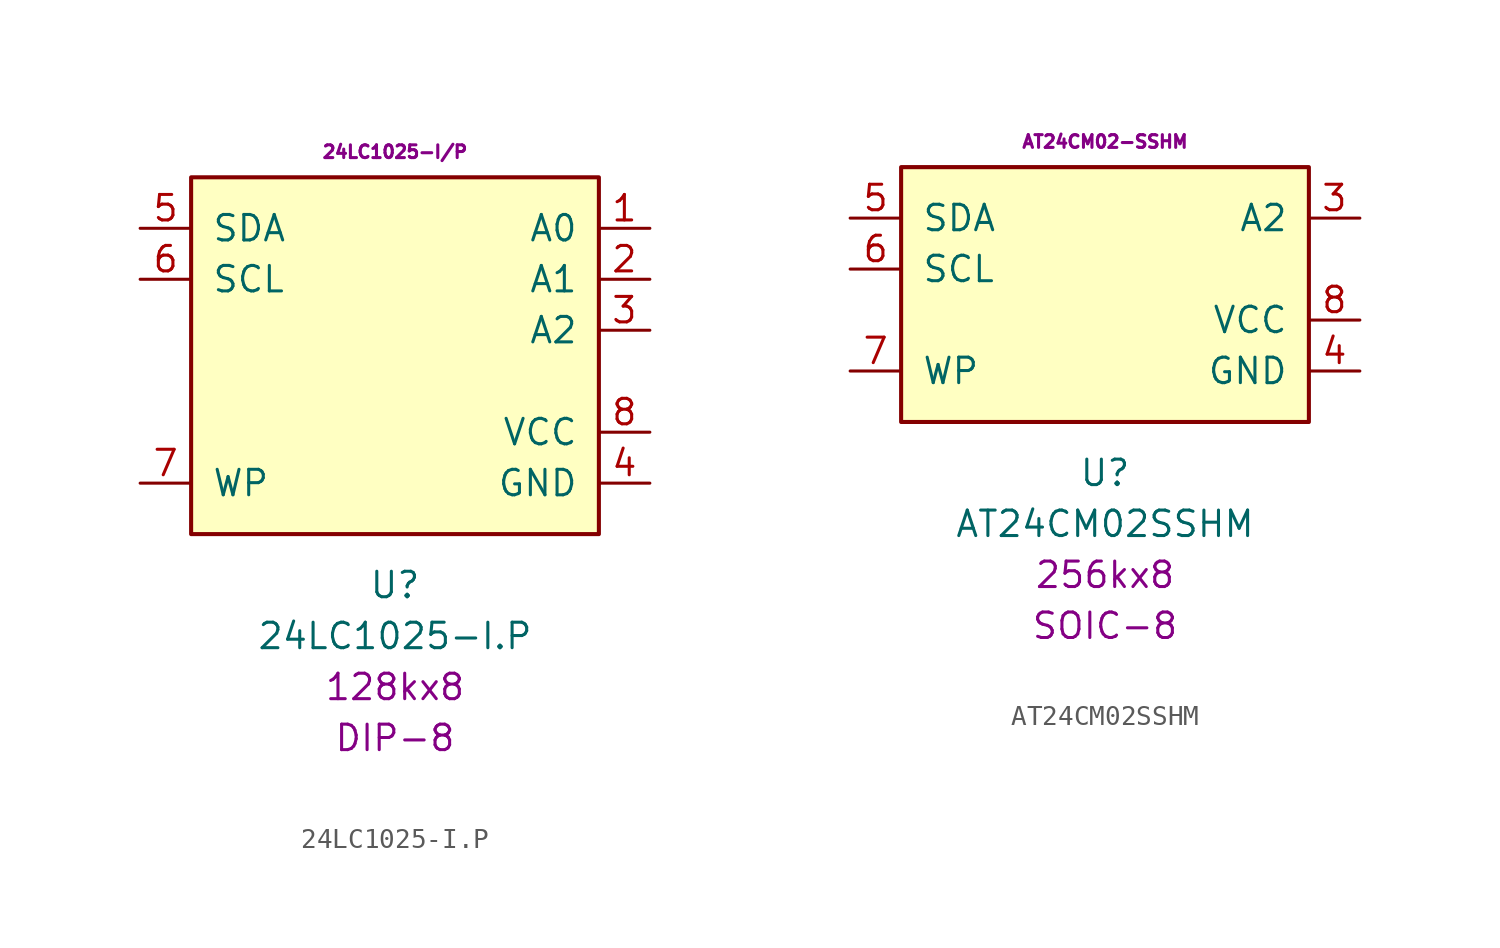
<source format=kicad_sym>
(kicad_symbol_lib
  (version 20201005)
  (generator kicad_symbol_editor)
  (symbol "24LC1025-I.P"
    (pin_names
      (offset 1.016))
    (property "Reference" "U"
      (at 0 -10.16 0)
      (effects (font (size 1.27 1.27))))
    (property "Value" "24LC1025-I.P"
      (at 0 -12.7 0)
      (effects (font (size 1.27 1.27))))
    (property "MemorySize" "128kx8"
      (at 0 -15.24 0)
      (effects (font (size 1.27 1.27))))
    (property "Package" "DIP-8"
      (at 0 -17.78 0)
      (effects (font (size 1.27 1.27))))
    (property "ID" "24LC1025-I/P"
      (at 0 11.43 0)
      (effects (font (size 0.635 0.635))))
    (symbol "24LC1025-I.P_0_1"
      (rectangle (start -10.16 10.16) (end 10.16 -7.62) (stroke (width 0.203)) (fill (type background))))
    (symbol "24LC1025-I.P_1_1"
      (pin input line (at 12.7 7.62 180) (length 2.54) (name "A0" (effects (font (size 1.27 1.27)))) (number "1" (effects (font (size 1.27 1.27)))))
      (pin input line (at 12.7 5.08 180) (length 2.54) (name "A1" (effects (font (size 1.27 1.27)))) (number "2" (effects (font (size 1.27 1.27)))))
      (pin input line (at 12.7 2.54 180) (length 2.54) (name "A2" (effects (font (size 1.27 1.27)))) (number "3" (effects (font (size 1.27 1.27)))))
      (pin power_in line (at 12.7 -5.08 180) (length 2.54) (name "GND" (effects (font (size 1.27 1.27)))) (number "4" (effects (font (size 1.27 1.27)))))
      (pin open_collector line (at -12.7 7.62 0) (length 2.54) (name "SDA" (effects (font (size 1.27 1.27)))) (number "5" (effects (font (size 1.27 1.27)))))
      (pin open_collector line (at -12.7 5.08 0) (length 2.54) (name "SCL" (effects (font (size 1.27 1.27)))) (number "6" (effects (font (size 1.27 1.27)))))
      (pin input line (at -12.7 -5.08 0) (length 2.54) (name "WP" (effects (font (size 1.27 1.27)))) (number "7" (effects (font (size 1.27 1.27)))))
      (pin power_in line (at 12.7 -2.54 180) (length 2.54) (name "VCC" (effects (font (size 1.27 1.27)))) (number "8" (effects (font (size 1.27 1.27)))))))
  (symbol "AT24CM02SSHM"
    (pin_names
      (offset 1.016))
    (property "Reference" "U"
      (at 0 -7.62 0)
      (effects (font (size 1.27 1.27))))
    (property "Value" "AT24CM02SSHM"
      (at 0 -10.16 0)
      (effects (font (size 1.27 1.27))))
    (property "MemorySize" "256kx8"
      (at 0 -12.7 0)
      (effects (font (size 1.27 1.27))))
    (property "Package" "SOIC-8"
      (at 0 -15.24 0)
      (effects (font (size 1.27 1.27))))
    (property "ID" "AT24CM02-SSHM"
      (at 0 8.89 0)
      (effects (font (size 0.635 0.635))))
    (symbol "AT24CM02SSHM_0_1"
      (rectangle (start -10.16 7.62) (end 10.16 -5.08) (stroke (width 0.203)) (fill (type background))))
    (symbol "AT24CM02SSHM_1_1"
      (pin unconnected line (at -12.7 0 0) (length 2.54) hide (name "NC" (effects (font (size 1.27 1.27)))) (number "2" (effects (font (size 1.27 1.27)))))
      (pin unconnected line (at 12.7 2.54 180) (length 2.54) hide (name "NC" (effects (font (size 1.27 1.27)))) (number "2" (effects (font (size 1.27 1.27)))))
      (pin input line (at 12.7 5.08 180) (length 2.54) (name "A2" (effects (font (size 1.27 1.27)))) (number "3" (effects (font (size 1.27 1.27)))))
      (pin power_in line (at 12.7 -2.54 180) (length 2.54) (name "GND" (effects (font (size 1.27 1.27)))) (number "4" (effects (font (size 1.27 1.27)))))
      (pin open_collector line (at -12.7 5.08 0) (length 2.54) (name "SDA" (effects (font (size 1.27 1.27)))) (number "5" (effects (font (size 1.27 1.27)))))
      (pin open_collector line (at -12.7 2.54 0) (length 2.54) (name "SCL" (effects (font (size 1.27 1.27)))) (number "6" (effects (font (size 1.27 1.27)))))
      (pin input line (at -12.7 -2.54 0) (length 2.54) (name "WP" (effects (font (size 1.27 1.27)))) (number "7" (effects (font (size 1.27 1.27)))))
      (pin power_in line (at 12.7 0 180) (length 2.54) (name "VCC" (effects (font (size 1.27 1.27)))) (number "8" (effects (font (size 1.27 1.27))))))))
</source>
